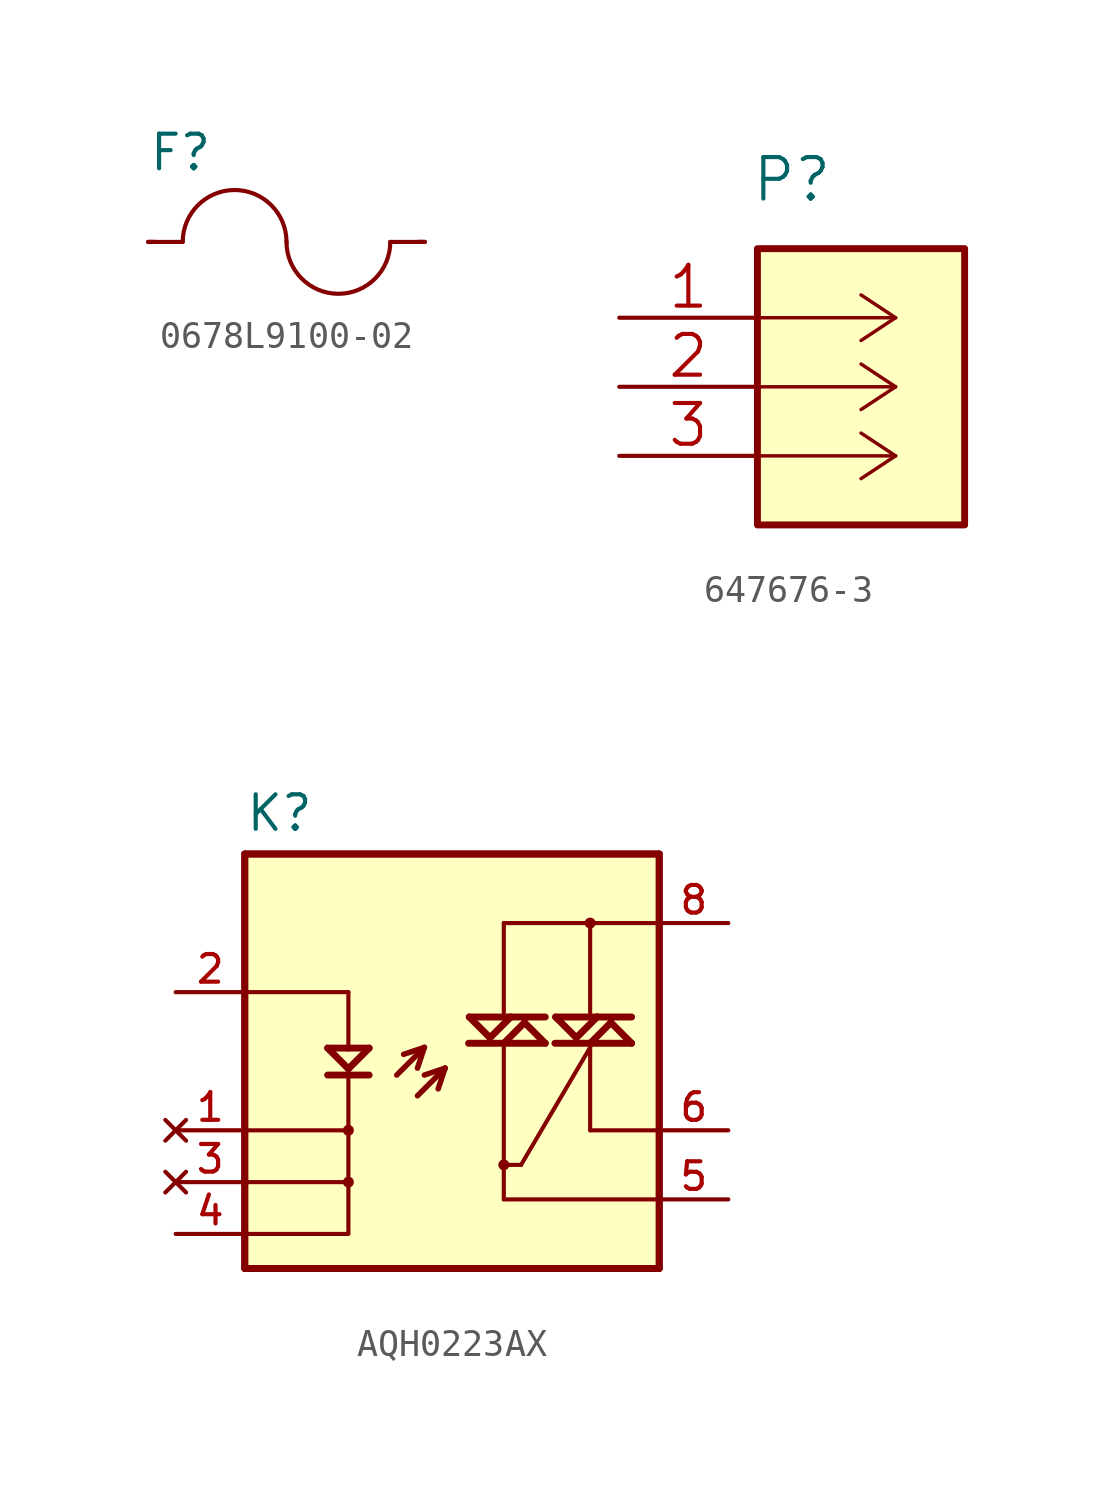
<source format=kicad_sym>
(kicad_symbol_lib
  (version 20211014)
  (generator kicad_symbol_editor)
  (symbol "0678L9100-02"
    (pin_numbers hide)
    (pin_names
      (offset 1.016) hide)
    (property "Reference" "F"
      (at -5.08 2.54 0)
      (effects (font (size 1.27 1.27)) (justify left bottom)))
    (symbol "0678L9100-02_0_0"
      (arc (start 0 0) (mid -1.905 1.905) (end -3.81 0) (stroke (width 0.1524) (type default) (color 0 0 0 0)) (fill (type none)))
      (polyline (pts (xy -5.08 0) (xy -3.81 0)) (stroke (width 0.152) (type default) (color 0 0 0 0)) (fill (type none)))
      (polyline (pts (xy 5.08 0) (xy 3.81 0)) (stroke (width 0.152) (type default) (color 0 0 0 0)) (fill (type none)))
      (arc (start 0 0) (mid 1.905 -1.905) (end 3.81 0) (stroke (width 0.1524) (type default) (color 0 0 0 0)) (fill (type none)))
      (pin passive line (at -5.08 0 0) (length 0.254) (name "~" (effects (font (size 1.016 1.016)))) (number "1" (effects (font (size 1.016 1.016)))))
      (pin passive line (at 5.08 0 180) (length 0.254) (name "~" (effects (font (size 1.016 1.016)))) (number "2" (effects (font (size 1.016 1.016)))))))
  (symbol "647676-3"
    (pin_names
      (offset 0.254) hide)
    (property "Reference" "P"
      (at 6.35 5.08 0)
      (effects (font (size 1.524 1.524))))
    (symbol "647676-3_0_0"
      (rectangle (start 5.08 2.54) (end 12.7 -7.62) (stroke (width 0.254) (type default) (color 0 0 0 0)) (fill (type background))))
    (symbol "647676-3_1_1"
      (polyline (pts (xy 5.08 -7.62) (xy 12.7 -7.62)) (stroke (width 0.127) (type default) (color 0 0 0 0)) (fill (type none)))
      (polyline (pts (xy 5.08 2.54) (xy 5.08 -7.62)) (stroke (width 0.127) (type default) (color 0 0 0 0)) (fill (type none)))
      (polyline (pts (xy 10.16 -5.08) (xy 5.08 -5.08)) (stroke (width 0.127) (type default) (color 0 0 0 0)) (fill (type none)))
      (polyline (pts (xy 10.16 -5.08) (xy 8.89 -5.918)) (stroke (width 0.127) (type default) (color 0 0 0 0)) (fill (type none)))
      (polyline (pts (xy 10.16 -5.08) (xy 8.89 -4.242)) (stroke (width 0.127) (type default) (color 0 0 0 0)) (fill (type none)))
      (polyline (pts (xy 10.16 -2.54) (xy 5.08 -2.54)) (stroke (width 0.127) (type default) (color 0 0 0 0)) (fill (type none)))
      (polyline (pts (xy 10.16 -2.54) (xy 8.89 -3.378)) (stroke (width 0.127) (type default) (color 0 0 0 0)) (fill (type none)))
      (polyline (pts (xy 10.16 -2.54) (xy 8.89 -1.702)) (stroke (width 0.127) (type default) (color 0 0 0 0)) (fill (type none)))
      (polyline (pts (xy 10.16 0) (xy 5.08 0)) (stroke (width 0.127) (type default) (color 0 0 0 0)) (fill (type none)))
      (polyline (pts (xy 10.16 0) (xy 8.89 -0.838)) (stroke (width 0.127) (type default) (color 0 0 0 0)) (fill (type none)))
      (polyline (pts (xy 10.16 0) (xy 8.89 0.838)) (stroke (width 0.127) (type default) (color 0 0 0 0)) (fill (type none)))
      (polyline (pts (xy 12.7 -7.62) (xy 12.7 2.54)) (stroke (width 0.127) (type default) (color 0 0 0 0)) (fill (type none)))
      (polyline (pts (xy 12.7 2.54) (xy 5.08 2.54)) (stroke (width 0.127) (type default) (color 0 0 0 0)) (fill (type none)))
      (pin passive line (at 0 0 0) (length 5.08) (name "1" (effects (font (size 1.499 1.499)))) (number "1" (effects (font (size 1.499 1.499)))))
      (pin passive line (at 0 -2.54 0) (length 5.08) (name "2" (effects (font (size 1.499 1.499)))) (number "2" (effects (font (size 1.499 1.499)))))
      (pin passive line (at 0 -5.08 0) (length 5.08) (name "3" (effects (font (size 1.499 1.499)))) (number "3" (effects (font (size 1.499 1.499)))))))
  (symbol "AQH0223AX"
    (pin_names
      (offset 1.016) hide)
    (property "Reference" "K"
      (at -7.62 8.382 0)
      (effects (font (size 1.27 1.27)) (justify left bottom)))
    (symbol "AQH0223AX_0_0"
      (rectangle (start -7.62 7.62) (end 7.62 -7.62) (stroke (width 0.254) (type default) (color 0 0 0 0)) (fill (type background)))
      (circle (center -3.81 -4.445) (radius 0.127) (stroke (width 0.152) (type default) (color 0 0 0 0)) (fill (type none)))
      (circle (center -3.81 -2.54) (radius 0.127) (stroke (width 0.152) (type default) (color 0 0 0 0)) (fill (type none)))
      (polyline (pts (xy -7.62 -7.62) (xy 7.62 -7.62)) (stroke (width 0.254) (type default) (color 0 0 0 0)) (fill (type none)))
      (polyline (pts (xy -7.62 2.54) (xy -3.81 2.54)) (stroke (width 0.152) (type default) (color 0 0 0 0)) (fill (type none)))
      (polyline (pts (xy -7.62 7.62) (xy -7.62 -7.62)) (stroke (width 0.254) (type default) (color 0 0 0 0)) (fill (type none)))
      (polyline (pts (xy -4.572 -0.508) (xy -3.81 -0.508)) (stroke (width 0.254) (type default) (color 0 0 0 0)) (fill (type none)))
      (polyline (pts (xy -4.572 0.483) (xy -3.81 -0.279)) (stroke (width 0.254) (type default) (color 0 0 0 0)) (fill (type none)))
      (polyline (pts (xy -3.81 -2.54) (xy -7.62 -2.54)) (stroke (width 0.152) (type default) (color 0 0 0 0)) (fill (type none)))
      (polyline (pts (xy -3.81 -0.508) (xy -3.81 -2.54)) (stroke (width 0.152) (type default) (color 0 0 0 0)) (fill (type none)))
      (polyline (pts (xy -3.81 -0.508) (xy -3.048 -0.508)) (stroke (width 0.254) (type default) (color 0 0 0 0)) (fill (type none)))
      (polyline (pts (xy -3.81 -0.279) (xy -3.048 0.483)) (stroke (width 0.254) (type default) (color 0 0 0 0)) (fill (type none)))
      (polyline (pts (xy -3.81 0.483) (xy -4.572 0.483)) (stroke (width 0.254) (type default) (color 0 0 0 0)) (fill (type none)))
      (polyline (pts (xy -3.81 0.483) (xy -3.048 0.483)) (stroke (width 0.254) (type default) (color 0 0 0 0)) (fill (type none)))
      (polyline (pts (xy -3.81 2.54) (xy -3.81 0.483)) (stroke (width 0.152) (type default) (color 0 0 0 0)) (fill (type none)))
      (polyline (pts (xy -2.032 -0.508) (xy -1.016 0.508)) (stroke (width 0.203) (type default) (color 0 0 0 0)) (fill (type none)))
      (polyline (pts (xy -1.27 -1.27) (xy -0.254 -0.254)) (stroke (width 0.203) (type default) (color 0 0 0 0)) (fill (type none)))
      (polyline (pts (xy -1.016 0.508) (xy -1.778 0.254)) (stroke (width 0.203) (type default) (color 0 0 0 0)) (fill (type none)))
      (polyline (pts (xy -1.016 0.508) (xy -1.27 -0.254)) (stroke (width 0.203) (type default) (color 0 0 0 0)) (fill (type none)))
      (polyline (pts (xy -0.254 -0.254) (xy -1.016 -0.508)) (stroke (width 0.203) (type default) (color 0 0 0 0)) (fill (type none)))
      (polyline (pts (xy -0.254 -0.254) (xy -0.508 -1.016)) (stroke (width 0.203) (type default) (color 0 0 0 0)) (fill (type none)))
      (polyline (pts (xy 0.61 0.66) (xy 1.905 0.66)) (stroke (width 0.254) (type default) (color 0 0 0 0)) (fill (type none)))
      (polyline (pts (xy 0.635 1.626) (xy 1.397 0.864)) (stroke (width 0.254) (type default) (color 0 0 0 0)) (fill (type none)))
      (polyline (pts (xy 1.397 0.864) (xy 2.159 1.626)) (stroke (width 0.254) (type default) (color 0 0 0 0)) (fill (type none)))
      (polyline (pts (xy 1.905 0.508) (xy 1.905 -5.08)) (stroke (width 0.152) (type default) (color 0 0 0 0)) (fill (type none)))
      (polyline (pts (xy 1.905 0.66) (xy 3.429 0.66)) (stroke (width 0.254) (type default) (color 0 0 0 0)) (fill (type none)))
      (polyline (pts (xy 1.905 5.08) (xy 1.905 1.778)) (stroke (width 0.152) (type default) (color 0 0 0 0)) (fill (type none)))
      (polyline (pts (xy 1.905 5.08) (xy 5.08 5.08)) (stroke (width 0.152) (type default) (color 0 0 0 0)) (fill (type none)))
      (polyline (pts (xy 2.159 1.626) (xy 0.635 1.626)) (stroke (width 0.254) (type default) (color 0 0 0 0)) (fill (type none)))
      (polyline (pts (xy 2.159 1.626) (xy 3.429 1.626)) (stroke (width 0.254) (type default) (color 0 0 0 0)) (fill (type none)))
      (polyline (pts (xy 2.54 -3.81) (xy 1.905 -3.81)) (stroke (width 0.152) (type default) (color 0 0 0 0)) (fill (type none)))
      (polyline (pts (xy 2.667 1.422) (xy 1.905 0.66)) (stroke (width 0.254) (type default) (color 0 0 0 0)) (fill (type none)))
      (polyline (pts (xy 3.429 0.66) (xy 2.667 1.422)) (stroke (width 0.254) (type default) (color 0 0 0 0)) (fill (type none)))
      (polyline (pts (xy 3.785 0.66) (xy 5.08 0.66)) (stroke (width 0.254) (type default) (color 0 0 0 0)) (fill (type none)))
      (polyline (pts (xy 3.81 1.626) (xy 4.572 0.864)) (stroke (width 0.254) (type default) (color 0 0 0 0)) (fill (type none)))
      (polyline (pts (xy 4.572 0.864) (xy 5.334 1.626)) (stroke (width 0.254) (type default) (color 0 0 0 0)) (fill (type none)))
      (polyline (pts (xy 5.08 -2.54) (xy 7.62 -2.54)) (stroke (width 0.152) (type default) (color 0 0 0 0)) (fill (type none)))
      (polyline (pts (xy 5.08 0.508) (xy 2.54 -3.81)) (stroke (width 0.152) (type default) (color 0 0 0 0)) (fill (type none)))
      (polyline (pts (xy 5.08 0.635) (xy 5.08 -2.54)) (stroke (width 0.152) (type default) (color 0 0 0 0)) (fill (type none)))
      (polyline (pts (xy 5.08 0.66) (xy 6.604 0.66)) (stroke (width 0.254) (type default) (color 0 0 0 0)) (fill (type none)))
      (polyline (pts (xy 5.08 5.08) (xy 5.08 1.778)) (stroke (width 0.152) (type default) (color 0 0 0 0)) (fill (type none)))
      (polyline (pts (xy 5.08 5.08) (xy 7.62 5.08)) (stroke (width 0.152) (type default) (color 0 0 0 0)) (fill (type none)))
      (polyline (pts (xy 5.334 1.626) (xy 3.81 1.626)) (stroke (width 0.254) (type default) (color 0 0 0 0)) (fill (type none)))
      (polyline (pts (xy 5.334 1.626) (xy 6.604 1.626)) (stroke (width 0.254) (type default) (color 0 0 0 0)) (fill (type none)))
      (polyline (pts (xy 5.842 1.422) (xy 5.08 0.66)) (stroke (width 0.254) (type default) (color 0 0 0 0)) (fill (type none)))
      (polyline (pts (xy 6.604 0.66) (xy 5.842 1.422)) (stroke (width 0.254) (type default) (color 0 0 0 0)) (fill (type none)))
      (polyline (pts (xy 7.62 -7.62) (xy 7.62 -2.54)) (stroke (width 0.254) (type default) (color 0 0 0 0)) (fill (type none)))
      (polyline (pts (xy 7.62 -5.08) (xy 1.905 -5.08)) (stroke (width 0.152) (type default) (color 0 0 0 0)) (fill (type none)))
      (polyline (pts (xy 7.62 -2.54) (xy 7.62 7.62)) (stroke (width 0.254) (type default) (color 0 0 0 0)) (fill (type none)))
      (polyline (pts (xy 7.62 7.62) (xy -7.62 7.62)) (stroke (width 0.254) (type default) (color 0 0 0 0)) (fill (type background)))
      (circle (center 1.905 -3.81) (radius 0.127) (stroke (width 0.152) (type default) (color 0 0 0 0)) (fill (type none)))
      (circle (center 5.08 5.08) (radius 0.127) (stroke (width 0.152) (type default) (color 0 0 0 0)) (fill (type none)))
      (pin no_connect line (at -10.16 -2.54 0) (length 2.54) (name "~" (effects (font (size 1.016 1.016)))) (number "1" (effects (font (size 1.016 1.016)))))
      (pin passive line (at -10.16 2.54 0) (length 2.54) (name "~" (effects (font (size 1.016 1.016)))) (number "2" (effects (font (size 1.016 1.016)))))
      (pin no_connect line (at -10.16 -4.445 0) (length 2.54) (name "~" (effects (font (size 1.016 1.016)))) (number "3" (effects (font (size 1.016 1.016)))))
      (pin passive line (at -10.16 -6.35 0) (length 2.54) (name "~" (effects (font (size 1.016 1.016)))) (number "4" (effects (font (size 1.016 1.016)))))
      (pin passive line (at 10.16 -5.08 180) (length 2.54) (name "~" (effects (font (size 1.016 1.016)))) (number "5" (effects (font (size 1.016 1.016)))))
      (pin passive line (at 10.16 -2.54 180) (length 2.54) (name "~" (effects (font (size 1.016 1.016)))) (number "6" (effects (font (size 1.016 1.016)))))
      (pin passive line (at 10.16 5.08 180) (length 2.54) (name "~" (effects (font (size 1.016 1.016)))) (number "8" (effects (font (size 1.016 1.016))))))
    (symbol "AQH0223AX_1_1"
      (polyline (pts (xy -3.81 -4.445) (xy -3.81 -6.35) (xy -7.62 -6.35)) (stroke (width 0) (type default) (color 0 0 0 0)) (fill (type none)))
      (polyline (pts (xy -3.81 -2.54) (xy -3.81 -4.445) (xy -7.62 -4.445)) (stroke (width 0) (type default) (color 0 0 0 0)) (fill (type none))))))
</source>
